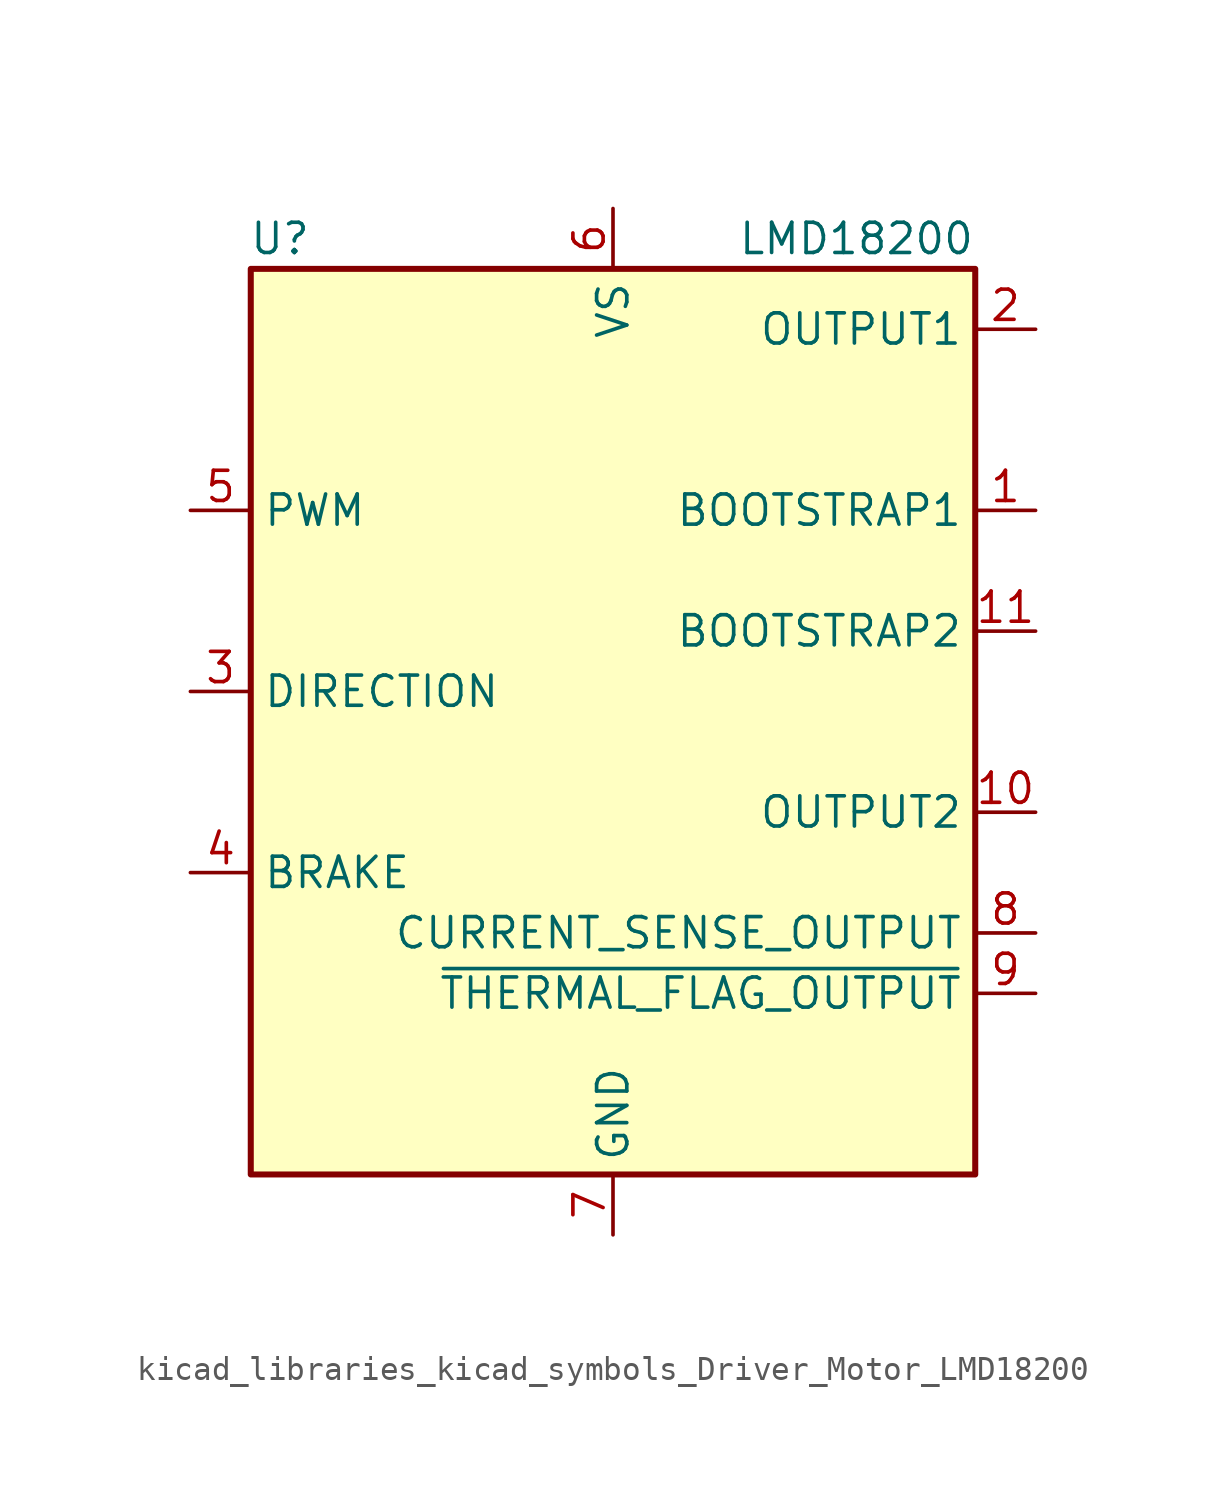
<source format=kicad_sym>
(kicad_symbol_lib
  (version 20220914)
  (generator kicad_symbol_editor)
  (symbol "kicad_libraries_kicad_symbols_Driver_Motor_LMD18200"
    (property "Reference" "U"
      (at -12.7 19.05 0)
      (effects (font (size 1.27 1.27)) (justify right)))
    (property "Value" "LMD18200"
      (at 15.24 19.05 0)
      (effects (font (size 1.27 1.27)) (justify right)))
    (symbol "kicad_libraries_kicad_symbols_Driver_Motor_LMD18200_0_1"
      (rectangle (start -15.24 -20.32) (end 15.24 17.78) (stroke (width 0.254) (type default)) (fill (type background))))
    (symbol "kicad_libraries_kicad_symbols_Driver_Motor_LMD18200_1_1"
      (pin passive line (at 17.78 7.62 180) (length 2.54) (name "BOOTSTRAP1" (effects (font (size 1.27 1.27)))) (number "1" (effects (font (size 1.27 1.27)))))
      (pin output line (at 17.78 -5.08 180) (length 2.54) (name "OUTPUT2" (effects (font (size 1.27 1.27)))) (number "10" (effects (font (size 1.27 1.27)))))
      (pin passive line (at 17.78 2.54 180) (length 2.54) (name "BOOTSTRAP2" (effects (font (size 1.27 1.27)))) (number "11" (effects (font (size 1.27 1.27)))))
      (pin output line (at 17.78 15.24 180) (length 2.54) (name "OUTPUT1" (effects (font (size 1.27 1.27)))) (number "2" (effects (font (size 1.27 1.27)))))
      (pin input line (at -17.78 0 0) (length 2.54) (name "DIRECTION" (effects (font (size 1.27 1.27)))) (number "3" (effects (font (size 1.27 1.27)))))
      (pin input line (at -17.78 -7.62 0) (length 2.54) (name "BRAKE" (effects (font (size 1.27 1.27)))) (number "4" (effects (font (size 1.27 1.27)))))
      (pin input line (at -17.78 7.62 0) (length 2.54) (name "PWM" (effects (font (size 1.27 1.27)))) (number "5" (effects (font (size 1.27 1.27)))))
      (pin power_in line (at 0 20.32 270) (length 2.54) (name "VS" (effects (font (size 1.27 1.27)))) (number "6" (effects (font (size 1.27 1.27)))))
      (pin power_in line (at 0 -22.86 90) (length 2.54) (name "GND" (effects (font (size 1.27 1.27)))) (number "7" (effects (font (size 1.27 1.27)))))
      (pin output line (at 17.78 -10.16 180) (length 2.54) (name "CURRENT_SENSE_OUTPUT" (effects (font (size 1.27 1.27)))) (number "8" (effects (font (size 1.27 1.27)))))
      (pin open_collector line (at 17.78 -12.7 180) (length 2.54) (name "~{THERMAL_FLAG_OUTPUT}" (effects (font (size 1.27 1.27)))) (number "9" (effects (font (size 1.27 1.27))))))))
</source>
